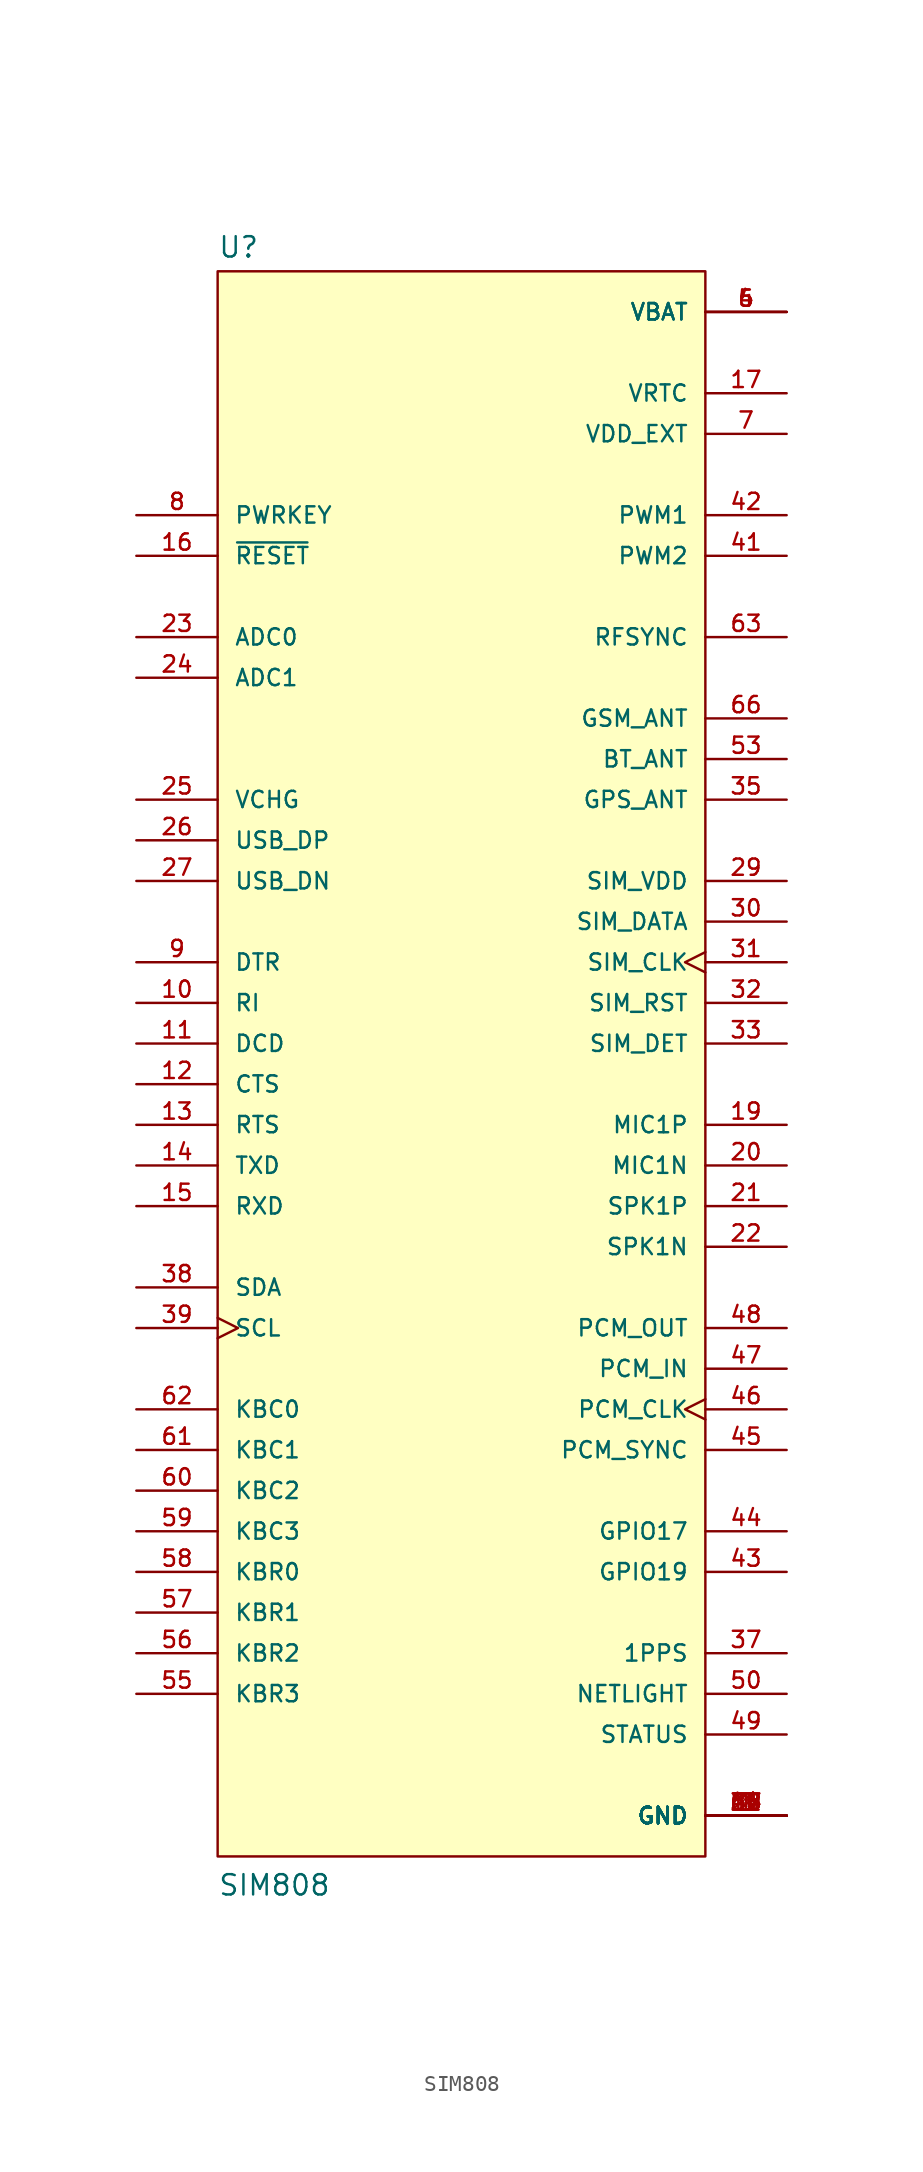
<source format=kicad_sym>
(kicad_symbol_lib
  (version 20241209)
  (generator "kicad_symbol_editor")
  (generator_version "9.0")
  (symbol "SIM808"
    (pin_names
      (offset 1.016))
    (property "Reference" "U"
      (at -15.24 49.022 0)
      (effects (font (size 1.27 1.27)) (justify left bottom)))
    (property "Value" "SIM808"
      (at -15.24 -53.34 0)
      (effects (font (size 1.27 1.27)) (justify left bottom)))
    (symbol "SIM808_0_0"
      (rectangle (start -15.24 -50.8) (end 15.24 48.26) (stroke (width 0.152) (type default)) (fill (type background)))
      (pin input line (at -20.32 33.02 0) (length 5.08) (name "PWRKEY" (effects (font (size 1.016 1.016)))) (number "8" (effects (font (size 1.016 1.016)))))
      (pin input line (at -20.32 30.48 0) (length 5.08) (name "~{RESET}" (effects (font (size 1.016 1.016)))) (number "16" (effects (font (size 1.016 1.016)))))
      (pin input line (at -20.32 25.4 0) (length 5.08) (name "ADC0" (effects (font (size 1.016 1.016)))) (number "23" (effects (font (size 1.016 1.016)))))
      (pin input line (at -20.32 22.86 0) (length 5.08) (name "ADC1" (effects (font (size 1.016 1.016)))) (number "24" (effects (font (size 1.016 1.016)))))
      (pin input line (at -20.32 15.24 0) (length 5.08) (name "VCHG" (effects (font (size 1.016 1.016)))) (number "25" (effects (font (size 1.016 1.016)))))
      (pin bidirectional line (at -20.32 12.7 0) (length 5.08) (name "USB_DP" (effects (font (size 1.016 1.016)))) (number "26" (effects (font (size 1.016 1.016)))))
      (pin bidirectional line (at -20.32 10.16 0) (length 5.08) (name "USB_DN" (effects (font (size 1.016 1.016)))) (number "27" (effects (font (size 1.016 1.016)))))
      (pin input line (at -20.32 5.08 0) (length 5.08) (name "DTR" (effects (font (size 1.016 1.016)))) (number "9" (effects (font (size 1.016 1.016)))))
      (pin output line (at -20.32 2.54 0) (length 5.08) (name "RI" (effects (font (size 1.016 1.016)))) (number "10" (effects (font (size 1.016 1.016)))))
      (pin output line (at -20.32 0 0) (length 5.08) (name "DCD" (effects (font (size 1.016 1.016)))) (number "11" (effects (font (size 1.016 1.016)))))
      (pin output line (at -20.32 -2.54 0) (length 5.08) (name "CTS" (effects (font (size 1.016 1.016)))) (number "12" (effects (font (size 1.016 1.016)))))
      (pin input line (at -20.32 -5.08 0) (length 5.08) (name "RTS" (effects (font (size 1.016 1.016)))) (number "13" (effects (font (size 1.016 1.016)))))
      (pin output line (at -20.32 -7.62 0) (length 5.08) (name "TXD" (effects (font (size 1.016 1.016)))) (number "14" (effects (font (size 1.016 1.016)))))
      (pin input line (at -20.32 -10.16 0) (length 5.08) (name "RXD" (effects (font (size 1.016 1.016)))) (number "15" (effects (font (size 1.016 1.016)))))
      (pin bidirectional line (at -20.32 -15.24 0) (length 5.08) (name "SDA" (effects (font (size 1.016 1.016)))) (number "38" (effects (font (size 1.016 1.016)))))
      (pin input clock (at -20.32 -17.78 0) (length 5.08) (name "SCL" (effects (font (size 1.016 1.016)))) (number "39" (effects (font (size 1.016 1.016)))))
      (pin input line (at -20.32 -22.86 0) (length 5.08) (name "KBC0" (effects (font (size 1.016 1.016)))) (number "62" (effects (font (size 1.016 1.016)))))
      (pin input line (at -20.32 -25.4 0) (length 5.08) (name "KBC1" (effects (font (size 1.016 1.016)))) (number "61" (effects (font (size 1.016 1.016)))))
      (pin input line (at -20.32 -27.94 0) (length 5.08) (name "KBC2" (effects (font (size 1.016 1.016)))) (number "60" (effects (font (size 1.016 1.016)))))
      (pin input line (at -20.32 -30.48 0) (length 5.08) (name "KBC3" (effects (font (size 1.016 1.016)))) (number "59" (effects (font (size 1.016 1.016)))))
      (pin output line (at -20.32 -33.02 0) (length 5.08) (name "KBR0" (effects (font (size 1.016 1.016)))) (number "58" (effects (font (size 1.016 1.016)))))
      (pin output line (at -20.32 -35.56 0) (length 5.08) (name "KBR1" (effects (font (size 1.016 1.016)))) (number "57" (effects (font (size 1.016 1.016)))))
      (pin output line (at -20.32 -38.1 0) (length 5.08) (name "KBR2" (effects (font (size 1.016 1.016)))) (number "56" (effects (font (size 1.016 1.016)))))
      (pin output line (at -20.32 -40.64 0) (length 5.08) (name "KBR3" (effects (font (size 1.016 1.016)))) (number "55" (effects (font (size 1.016 1.016)))))
      (pin power_in line (at 20.32 45.72 180) (length 5.08) (name "VBAT" (effects (font (size 1.016 1.016)))) (number "4" (effects (font (size 1.016 1.016)))))
      (pin power_in line (at 20.32 45.72 180) (length 5.08) (name "VBAT" (effects (font (size 1.016 1.016)))) (number "5" (effects (font (size 1.016 1.016)))))
      (pin power_in line (at 20.32 45.72 180) (length 5.08) (name "VBAT" (effects (font (size 1.016 1.016)))) (number "6" (effects (font (size 1.016 1.016)))))
      (pin bidirectional line (at 20.32 40.64 180) (length 5.08) (name "VRTC" (effects (font (size 1.016 1.016)))) (number "17" (effects (font (size 1.016 1.016)))))
      (pin output line (at 20.32 38.1 180) (length 5.08) (name "VDD_EXT" (effects (font (size 1.016 1.016)))) (number "7" (effects (font (size 1.016 1.016)))))
      (pin output line (at 20.32 33.02 180) (length 5.08) (name "PWM1" (effects (font (size 1.016 1.016)))) (number "42" (effects (font (size 1.016 1.016)))))
      (pin output line (at 20.32 30.48 180) (length 5.08) (name "PWM2" (effects (font (size 1.016 1.016)))) (number "41" (effects (font (size 1.016 1.016)))))
      (pin output line (at 20.32 25.4 180) (length 5.08) (name "RFSYNC" (effects (font (size 1.016 1.016)))) (number "63" (effects (font (size 1.016 1.016)))))
      (pin bidirectional line (at 20.32 20.32 180) (length 5.08) (name "GSM_ANT" (effects (font (size 1.016 1.016)))) (number "66" (effects (font (size 1.016 1.016)))))
      (pin bidirectional line (at 20.32 17.78 180) (length 5.08) (name "BT_ANT" (effects (font (size 1.016 1.016)))) (number "53" (effects (font (size 1.016 1.016)))))
      (pin input line (at 20.32 15.24 180) (length 5.08) (name "GPS_ANT" (effects (font (size 1.016 1.016)))) (number "35" (effects (font (size 1.016 1.016)))))
      (pin output line (at 20.32 10.16 180) (length 5.08) (name "SIM_VDD" (effects (font (size 1.016 1.016)))) (number "29" (effects (font (size 1.016 1.016)))))
      (pin bidirectional line (at 20.32 7.62 180) (length 5.08) (name "SIM_DATA" (effects (font (size 1.016 1.016)))) (number "30" (effects (font (size 1.016 1.016)))))
      (pin output clock (at 20.32 5.08 180) (length 5.08) (name "SIM_CLK" (effects (font (size 1.016 1.016)))) (number "31" (effects (font (size 1.016 1.016)))))
      (pin output line (at 20.32 2.54 180) (length 5.08) (name "SIM_RST" (effects (font (size 1.016 1.016)))) (number "32" (effects (font (size 1.016 1.016)))))
      (pin input line (at 20.32 0 180) (length 5.08) (name "SIM_DET" (effects (font (size 1.016 1.016)))) (number "33" (effects (font (size 1.016 1.016)))))
      (pin input line (at 20.32 -5.08 180) (length 5.08) (name "MIC1P" (effects (font (size 1.016 1.016)))) (number "19" (effects (font (size 1.016 1.016)))))
      (pin input line (at 20.32 -7.62 180) (length 5.08) (name "MIC1N" (effects (font (size 1.016 1.016)))) (number "20" (effects (font (size 1.016 1.016)))))
      (pin output line (at 20.32 -10.16 180) (length 5.08) (name "SPK1P" (effects (font (size 1.016 1.016)))) (number "21" (effects (font (size 1.016 1.016)))))
      (pin output line (at 20.32 -12.7 180) (length 5.08) (name "SPK1N" (effects (font (size 1.016 1.016)))) (number "22" (effects (font (size 1.016 1.016)))))
      (pin output line (at 20.32 -17.78 180) (length 5.08) (name "PCM_OUT" (effects (font (size 1.016 1.016)))) (number "48" (effects (font (size 1.016 1.016)))))
      (pin input line (at 20.32 -20.32 180) (length 5.08) (name "PCM_IN" (effects (font (size 1.016 1.016)))) (number "47" (effects (font (size 1.016 1.016)))))
      (pin input clock (at 20.32 -22.86 180) (length 5.08) (name "PCM_CLK" (effects (font (size 1.016 1.016)))) (number "46" (effects (font (size 1.016 1.016)))))
      (pin output line (at 20.32 -25.4 180) (length 5.08) (name "PCM_SYNC" (effects (font (size 1.016 1.016)))) (number "45" (effects (font (size 1.016 1.016)))))
      (pin bidirectional line (at 20.32 -30.48 180) (length 5.08) (name "GPIO17" (effects (font (size 1.016 1.016)))) (number "44" (effects (font (size 1.016 1.016)))))
      (pin bidirectional line (at 20.32 -33.02 180) (length 5.08) (name "GPIO19" (effects (font (size 1.016 1.016)))) (number "43" (effects (font (size 1.016 1.016)))))
      (pin output line (at 20.32 -38.1 180) (length 5.08) (name "1PPS" (effects (font (size 1.016 1.016)))) (number "37" (effects (font (size 1.016 1.016)))))
      (pin output line (at 20.32 -40.64 180) (length 5.08) (name "NETLIGHT" (effects (font (size 1.016 1.016)))) (number "50" (effects (font (size 1.016 1.016)))))
      (pin output line (at 20.32 -43.18 180) (length 5.08) (name "STATUS" (effects (font (size 1.016 1.016)))) (number "49" (effects (font (size 1.016 1.016)))))
      (pin power_in line (at 20.32 -48.26 180) (length 5.08) (name "GND" (effects (font (size 1.016 1.016)))) (number "1" (effects (font (size 1.016 1.016)))))
      (pin power_in line (at 20.32 -48.26 180) (length 5.08) (name "GND" (effects (font (size 1.016 1.016)))) (number "18" (effects (font (size 1.016 1.016)))))
      (pin power_in line (at 20.32 -48.26 180) (length 5.08) (name "GND" (effects (font (size 1.016 1.016)))) (number "2" (effects (font (size 1.016 1.016)))))
      (pin power_in line (at 20.32 -48.26 180) (length 5.08) (name "GND" (effects (font (size 1.016 1.016)))) (number "28" (effects (font (size 1.016 1.016)))))
      (pin power_in line (at 20.32 -48.26 180) (length 5.08) (name "GND" (effects (font (size 1.016 1.016)))) (number "3" (effects (font (size 1.016 1.016)))))
      (pin power_in line (at 20.32 -48.26 180) (length 5.08) (name "GND" (effects (font (size 1.016 1.016)))) (number "34" (effects (font (size 1.016 1.016)))))
      (pin power_in line (at 20.32 -48.26 180) (length 5.08) (name "GND" (effects (font (size 1.016 1.016)))) (number "36" (effects (font (size 1.016 1.016)))))
      (pin power_in line (at 20.32 -48.26 180) (length 5.08) (name "GND" (effects (font (size 1.016 1.016)))) (number "40" (effects (font (size 1.016 1.016)))))
      (pin power_in line (at 20.32 -48.26 180) (length 5.08) (name "GND" (effects (font (size 1.016 1.016)))) (number "51" (effects (font (size 1.016 1.016)))))
      (pin power_in line (at 20.32 -48.26 180) (length 5.08) (name "GND" (effects (font (size 1.016 1.016)))) (number "52" (effects (font (size 1.016 1.016)))))
      (pin power_in line (at 20.32 -48.26 180) (length 5.08) (name "GND" (effects (font (size 1.016 1.016)))) (number "54" (effects (font (size 1.016 1.016)))))
      (pin power_in line (at 20.32 -48.26 180) (length 5.08) (name "GND" (effects (font (size 1.016 1.016)))) (number "64" (effects (font (size 1.016 1.016)))))
      (pin power_in line (at 20.32 -48.26 180) (length 5.08) (name "GND" (effects (font (size 1.016 1.016)))) (number "65" (effects (font (size 1.016 1.016)))))
      (pin power_in line (at 20.32 -48.26 180) (length 5.08) (name "GND" (effects (font (size 1.016 1.016)))) (number "67" (effects (font (size 1.016 1.016)))))
      (pin power_in line (at 20.32 -48.26 180) (length 5.08) (name "GND" (effects (font (size 1.016 1.016)))) (number "68" (effects (font (size 1.016 1.016))))))))
</source>
